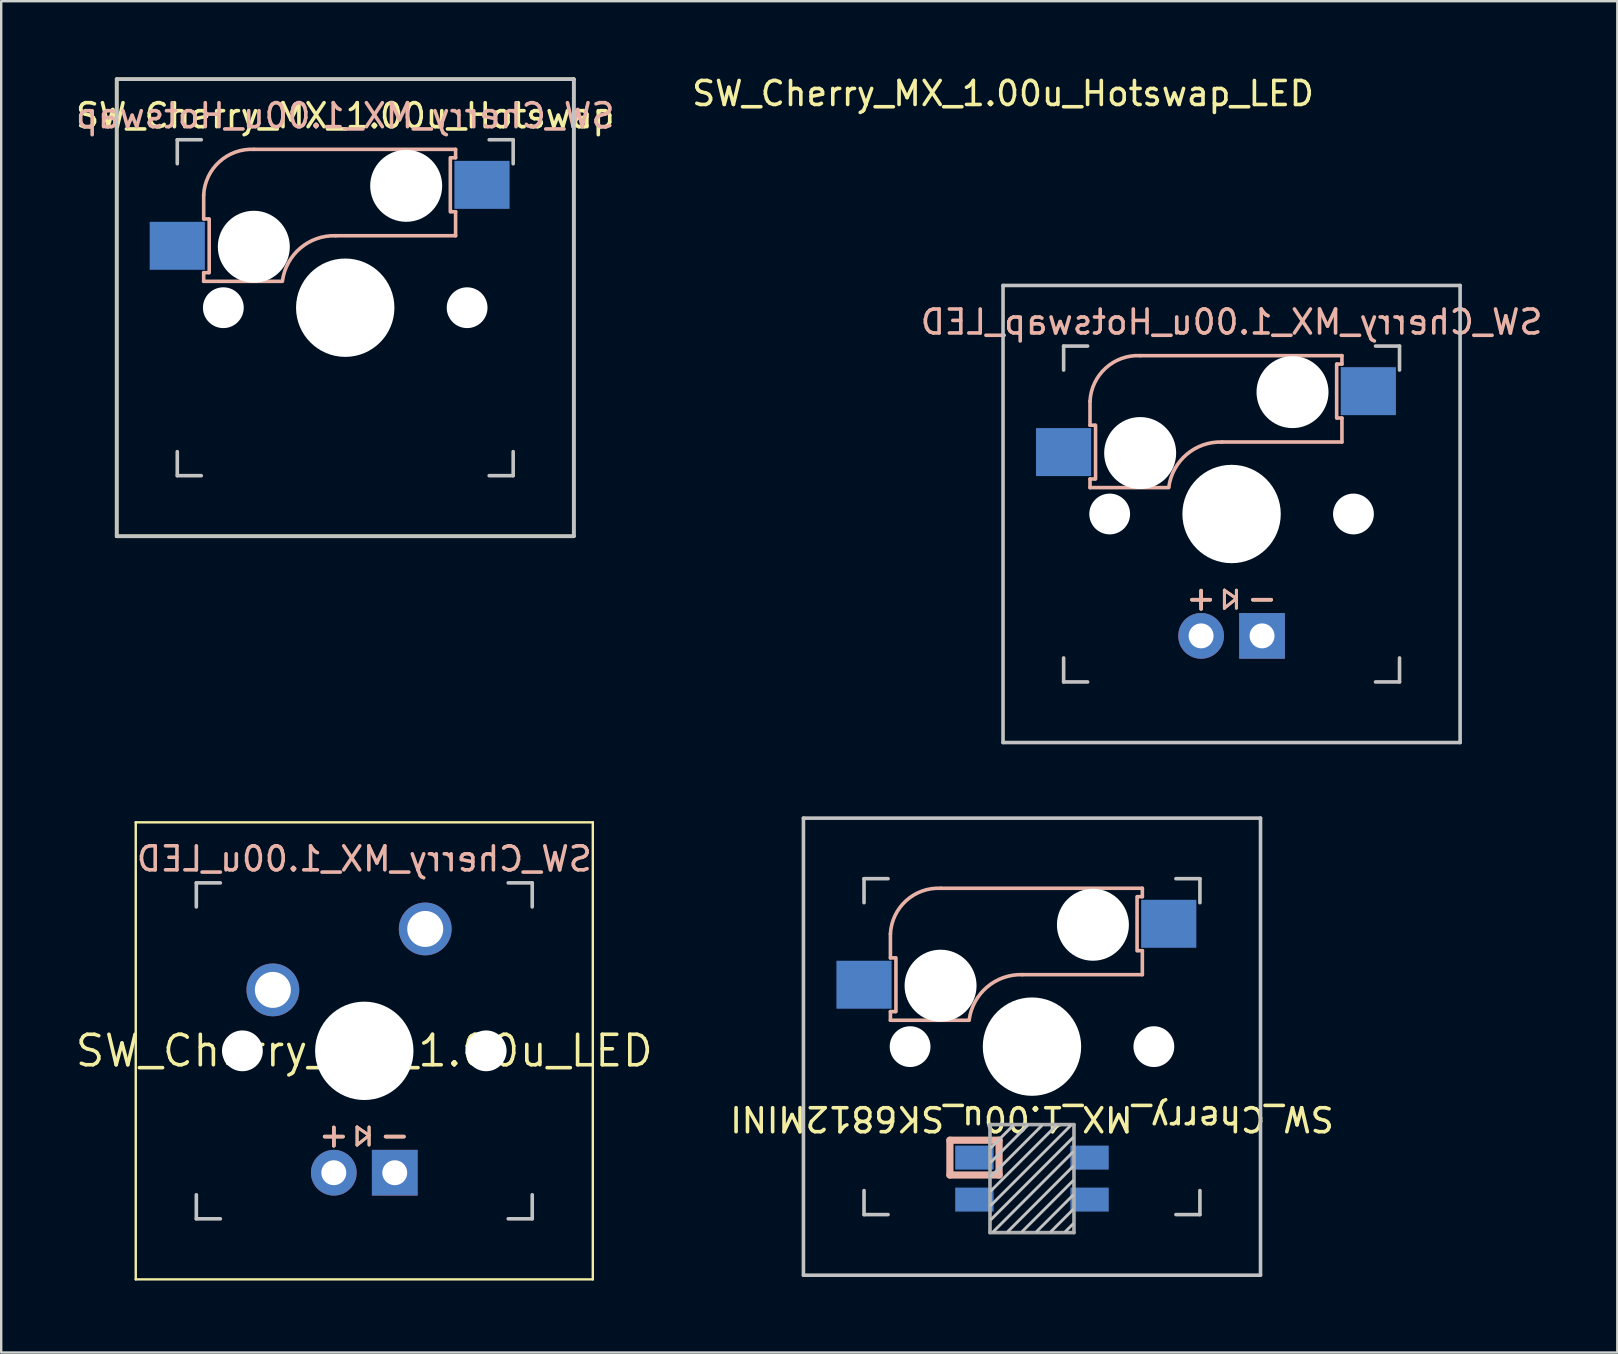
<source format=kicad_pcb>
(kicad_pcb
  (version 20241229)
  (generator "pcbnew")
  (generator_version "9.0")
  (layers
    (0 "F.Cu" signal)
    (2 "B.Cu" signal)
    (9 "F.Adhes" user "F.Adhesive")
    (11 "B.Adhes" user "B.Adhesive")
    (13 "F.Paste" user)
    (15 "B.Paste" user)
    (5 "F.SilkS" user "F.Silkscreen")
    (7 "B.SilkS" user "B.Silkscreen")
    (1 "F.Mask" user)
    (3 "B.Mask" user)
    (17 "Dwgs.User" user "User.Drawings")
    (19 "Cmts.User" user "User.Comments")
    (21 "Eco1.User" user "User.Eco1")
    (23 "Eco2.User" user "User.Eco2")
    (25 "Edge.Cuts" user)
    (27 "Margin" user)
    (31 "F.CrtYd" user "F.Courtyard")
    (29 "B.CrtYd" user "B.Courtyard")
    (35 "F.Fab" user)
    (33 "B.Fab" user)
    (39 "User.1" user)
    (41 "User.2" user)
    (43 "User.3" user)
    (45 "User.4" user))
  (footprint "SW_Cherry_MX_1.00u_LED"
    (layer "F.Cu")
    (at 2.608 31.223)
    (property "Reference" "SW_Cherry_MX_1.00u_LED" (at 9.525 9.525 0) (layer "F.SilkS") (effects (font (size 1.27 1.27) (thickness 0.15))))
    (attr through_hole)
    (fp_line (start 0 0) (end 19.05 0) (stroke (width 0.1) (type solid)) (layer "F.SilkS"))
    (fp_line (start 0 19.05) (end 0 0) (stroke (width 0.1) (type solid)) (layer "F.SilkS"))
    (fp_line (start 9.225 12.7) (end 9.225 13.45) (stroke (width 0.12) (type solid)) (layer "F.SilkS"))
    (fp_line (start 9.225 13.45) (end 9.725 13.05) (stroke (width 0.12) (type solid)) (layer "F.SilkS"))
    (fp_line (start 9.725 12.7) (end 9.725 13.45) (stroke (width 0.12) (type solid)) (layer "F.SilkS"))
    (fp_line (start 9.725 13.05) (end 9.225 12.7) (stroke (width 0.12) (type solid)) (layer "F.SilkS"))
    (fp_line (start 19.05 0) (end 19.05 19.05) (stroke (width 0.1) (type solid)) (layer "F.SilkS"))
    (fp_line (start 19.05 19.05) (end 0 19.05) (stroke (width 0.1) (type solid)) (layer "F.SilkS"))
    (fp_line (start 9.225 12.7) (end 9.225 13.45) (stroke (width 0.12) (type solid)) (layer "B.SilkS"))
    (fp_line (start 9.225 13.45) (end 9.725 13.05) (stroke (width 0.12) (type solid)) (layer "B.SilkS"))
    (fp_line (start 9.725 12.7) (end 9.725 13.45) (stroke (width 0.12) (type solid)) (layer "B.SilkS"))
    (fp_line (start 9.725 13.05) (end 9.225 12.7) (stroke (width 0.12) (type solid)) (layer "B.SilkS"))
    (fp_line (start 2.525 2.525) (end 3.525 2.525) (stroke (width 0.15) (type solid)) (layer "Dwgs.User"))
    (fp_line (start 2.525 3.525) (end 2.525 2.525) (stroke (width 0.15) (type solid)) (layer "Dwgs.User"))
    (fp_line (start 2.525 15.525) (end 2.525 16.525) (stroke (width 0.15) (type solid)) (layer "Dwgs.User"))
    (fp_line (start 2.525 16.525) (end 3.525 16.525) (stroke (width 0.15) (type solid)) (layer "Dwgs.User"))
    (fp_line (start 15.525 16.525) (end 16.525 16.525) (stroke (width 0.15) (type solid)) (layer "Dwgs.User"))
    (fp_line (start 16.525 2.525) (end 15.525 2.525) (stroke (width 0.15) (type solid)) (layer "Dwgs.User"))
    (fp_line (start 16.525 2.525) (end 16.525 3.525) (stroke (width 0.15) (type solid)) (layer "Dwgs.User"))
    (fp_line (start 16.525 16.525) (end 16.525 15.525) (stroke (width 0.15) (type solid)) (layer "Dwgs.User"))
    (fp_line (start 2.476 2.48) (end 16.576 2.48) (stroke (width 0.05) (type solid)) (layer "Eco1.User"))
    (fp_line (start 2.476 16.58) (end 2.476 2.48) (stroke (width 0.05) (type solid)) (layer "Eco1.User"))
    (fp_line (start 16.576 2.48) (end 16.576 16.58) (stroke (width 0.05) (type solid)) (layer "Eco1.User"))
    (fp_line (start 16.576 16.58) (end 2.476 16.58) (stroke (width 0.05) (type solid)) (layer "Eco1.User"))
    (fp_text user "-" (at 10.795 13.025 0) (layer "F.SilkS") (effects (font (size 1 1) (thickness 0.15))))
    (fp_text user "+" (at 8.255 13.025 0) (layer "F.SilkS") (effects (font (size 1 1) (thickness 0.15))))
    (fp_text user "${REFERENCE}" (at 9.525 1.525 0) (layer "B.SilkS") (effects (font (size 1 1) (thickness 0.15)) (justify mirror)))
    (fp_text user "-" (at 10.795 13.025 0) (layer "B.SilkS") (effects (font (size 1 1) (thickness 0.15))))
    (fp_text user "+" (at 8.255 13.025 0) (layer "B.SilkS") (effects (font (size 1 1) (thickness 0.15))))
    (pad "" np_thru_hole circle (at 4.445 9.525) (size 1.7 1.7) (drill 1.7) (layers "*.Cu" "*.Mask"))
    (pad "" np_thru_hole circle (at 9.525 9.525 90) (size 4.1 4.1) (drill 4.1) (layers "*.Cu" "*.Mask"))
    (pad "" np_thru_hole circle (at 14.605 9.525) (size 1.7 1.7) (drill 1.7) (layers "*.Cu" "*.Mask"))
    (pad "1" thru_hole circle (at 5.715 6.985 180) (size 2.2 2.2) (drill 1.5) (layers "*.Cu" "*.Mask"))
    (pad "2" thru_hole circle (at 12.065 4.445 180) (size 2.2 2.2) (drill 1.5) (layers "*.Cu" "*.Mask"))
    (pad "3" thru_hole circle (at 8.255 14.605) (size 1.905 1.905) (drill 1.04) (layers "*.Cu" "*.Mask"))
    (pad "4" thru_hole rect (at 10.795 14.605) (size 1.905 1.905) (drill 1.04) (layers "*.Cu" "*.Mask")))
  (footprint "SW_Cherry_MX_1.00u_Hotswap"
    (layer "F.Cu")
    (at 1.814 0.25)
    (property "Reference" "SW_Cherry_MX_1.00u_Hotswap" (at 9.525 1.525 0) (unlocked yes) (layer "F.SilkS") (effects (font (size 1 1) (thickness 0.15))))
    (attr smd)
    (fp_line (start 0 0) (end 19.05 0) (stroke (width 0.15) (type solid)) (layer "F.SilkS"))
    (fp_line (start 0 19.05) (end 0 0) (stroke (width 0.15) (type solid)) (layer "F.SilkS"))
    (fp_line (start 19.05 0) (end 19.05 19.05) (stroke (width 0.15) (type solid)) (layer "F.SilkS"))
    (fp_line (start 19.05 19.05) (end 0 19.05) (stroke (width 0.15) (type solid)) (layer "F.SilkS"))
    (fp_line (start 3.625 4.825) (end 3.625 5.825) (stroke (width 0.15) (type solid)) (layer "B.SilkS"))
    (fp_line (start 3.625 5.825) (end 3.825 5.825) (stroke (width 0.15) (type solid)) (layer "B.SilkS"))
    (fp_line (start 3.625 8.425) (end 3.625 8.065) (stroke (width 0.15) (type solid)) (layer "B.SilkS"))
    (fp_line (start 3.625 8.425) (end 6.905 8.425) (stroke (width 0.15) (type solid)) (layer "B.SilkS"))
    (fp_line (start 3.825 8.065) (end 3.625 8.065) (stroke (width 0.15) (type solid)) (layer "B.SilkS"))
    (fp_line (start 3.855 5.825) (end 3.855 8.065) (stroke (width 0.15) (type solid)) (layer "B.SilkS"))
    (fp_line (start 9.125 6.525) (end 14.125 6.525) (stroke (width 0.15) (type solid)) (layer "B.SilkS"))
    (fp_line (start 13.905 5.525) (end 13.905 3.275) (stroke (width 0.15) (type solid)) (layer "B.SilkS"))
    (fp_line (start 13.925 3.275) (end 14.125 3.275) (stroke (width 0.15) (type solid)) (layer "B.SilkS"))
    (fp_line (start 14.125 2.925) (end 5.725 2.925) (stroke (width 0.15) (type solid)) (layer "B.SilkS"))
    (fp_line (start 14.125 3.275) (end 14.125 2.925) (stroke (width 0.15) (type solid)) (layer "B.SilkS"))
    (fp_line (start 14.125 5.525) (end 13.925 5.525) (stroke (width 0.15) (type solid)) (layer "B.SilkS"))
    (fp_line (start 14.125 6.525) (end 14.125 5.525) (stroke (width 0.15) (type solid)) (layer "B.SilkS"))
    (fp_arc (start 3.625 4.825001) (mid 4.281496 3.440076) (end 5.724999 2.925) (stroke (width 0.15) (type solid)) (layer "B.SilkS"))
    (fp_arc (start 6.908682 8.403529) (mid 7.656291 7.038882) (end 9.125 6.525) (stroke (width 0.15) (type solid)) (layer "B.SilkS"))
    (fp_line (start 0 0) (end 19.05 0) (stroke (width 0.15) (type solid)) (layer "Dwgs.User"))
    (fp_line (start 0 19.05) (end 0 0) (stroke (width 0.15) (type solid)) (layer "Dwgs.User"))
    (fp_line (start 2.525 2.525) (end 3.525 2.525) (stroke (width 0.15) (type solid)) (layer "Dwgs.User"))
    (fp_line (start 2.525 3.525) (end 2.525 2.525) (stroke (width 0.15) (type solid)) (layer "Dwgs.User"))
    (fp_line (start 2.525 15.525) (end 2.525 16.525) (stroke (width 0.15) (type solid)) (layer "Dwgs.User"))
    (fp_line (start 2.525 16.525) (end 3.525 16.525) (stroke (width 0.15) (type solid)) (layer "Dwgs.User"))
    (fp_line (start 15.525 16.525) (end 16.525 16.525) (stroke (width 0.15) (type solid)) (layer "Dwgs.User"))
    (fp_line (start 16.525 2.525) (end 15.525 2.525) (stroke (width 0.15) (type solid)) (layer "Dwgs.User"))
    (fp_line (start 16.525 2.525) (end 16.525 3.525) (stroke (width 0.15) (type solid)) (layer "Dwgs.User"))
    (fp_line (start 16.525 16.525) (end 16.525 15.525) (stroke (width 0.15) (type solid)) (layer "Dwgs.User"))
    (fp_line (start 19.05 0) (end 19.05 19.05) (stroke (width 0.15) (type solid)) (layer "Dwgs.User"))
    (fp_line (start 19.05 19.05) (end 0 19.05) (stroke (width 0.15) (type solid)) (layer "Dwgs.User"))
    (fp_line (start 2.47 2.47) (end 16.57 2.47) (stroke (width 0.05) (type solid)) (layer "Eco1.User"))
    (fp_line (start 2.47 16.57) (end 2.47 2.47) (stroke (width 0.05) (type solid)) (layer "Eco1.User"))
    (fp_line (start 16.57 2.47) (end 16.57 16.57) (stroke (width 0.05) (type solid)) (layer "Eco1.User"))
    (fp_line (start 16.57 16.57) (end 2.47 16.57) (stroke (width 0.05) (type solid)) (layer "Eco1.User"))
    (fp_text user "${REFERENCE}" (at 9.525 1.525 0) (layer "B.SilkS") (effects (font (size 1 1) (thickness 0.15)) (justify mirror)))
    (pad "" np_thru_hole circle (at 4.445 9.525) (size 1.7 1.7) (drill 1.7) (layers "*.Cu" "*.Mask"))
    (pad "" np_thru_hole circle (at 5.715 6.985 180) (size 3 3) (drill 3) (layers "*.Cu" "*.Mask"))
    (pad "" np_thru_hole circle (at 9.525 9.525 90) (size 4.1 4.1) (drill 4.1) (layers "*.Cu" "*.Mask"))
    (pad "" np_thru_hole circle (at 12.065 4.445 180) (size 3 3) (drill 3) (layers "*.Cu" "*.Mask"))
    (pad "" np_thru_hole circle (at 14.605 9.525) (size 1.7 1.7) (drill 1.7) (layers "*.Cu" "*.Mask"))
    (pad "1" smd rect (at 2.525 6.945 180) (size 2.3 2) (layers "B.Cu" "B.Mask" "B.Paste"))
    (pad "2" smd rect (at 15.225 4.405 180) (size 2.3 2) (layers "B.Cu" "B.Mask" "B.Paste")))
  (footprint "SW_Cherry_MX_1.00u_Hotswap_LED"
    (layer "F.Cu")
    (at 38.756 8.848)
    (property "Reference" "SW_Cherry_MX_1.00u_Hotswap_LED" (at 0 -8 0) (unlocked yes) (layer "F.SilkS") (effects (font (size 1 1) (thickness 0.15))))
    (attr through_hole)
    (fp_line (start 9.225 12.7) (end 9.225 13.45) (stroke (width 0.12) (type solid)) (layer "F.SilkS"))
    (fp_line (start 9.225 13.45) (end 9.725 13.05) (stroke (width 0.12) (type solid)) (layer "F.SilkS"))
    (fp_line (start 9.725 12.7) (end 9.725 13.45) (stroke (width 0.12) (type solid)) (layer "F.SilkS"))
    (fp_line (start 9.725 13.05) (end 9.225 12.7) (stroke (width 0.12) (type solid)) (layer "F.SilkS"))
    (fp_line (start 3.625 4.825) (end 3.625 5.825) (stroke (width 0.15) (type solid)) (layer "B.SilkS"))
    (fp_line (start 3.625 5.825) (end 3.825 5.825) (stroke (width 0.15) (type solid)) (layer "B.SilkS"))
    (fp_line (start 3.625 8.425) (end 3.625 8.065) (stroke (width 0.15) (type solid)) (layer "B.SilkS"))
    (fp_line (start 3.625 8.425) (end 6.905 8.425) (stroke (width 0.15) (type solid)) (layer "B.SilkS"))
    (fp_line (start 3.825 8.065) (end 3.625 8.065) (stroke (width 0.15) (type solid)) (layer "B.SilkS"))
    (fp_line (start 3.855 5.825) (end 3.855 8.065) (stroke (width 0.15) (type solid)) (layer "B.SilkS"))
    (fp_line (start 9.125 6.525) (end 14.125 6.525) (stroke (width 0.15) (type solid)) (layer "B.SilkS"))
    (fp_line (start 9.225 12.7) (end 9.225 13.45) (stroke (width 0.12) (type solid)) (layer "B.SilkS"))
    (fp_line (start 9.225 13.45) (end 9.725 13.05) (stroke (width 0.12) (type solid)) (layer "B.SilkS"))
    (fp_line (start 9.725 12.7) (end 9.725 13.45) (stroke (width 0.12) (type solid)) (layer "B.SilkS"))
    (fp_line (start 9.725 13.05) (end 9.225 12.7) (stroke (width 0.12) (type solid)) (layer "B.SilkS"))
    (fp_line (start 13.905 5.525) (end 13.905 3.275) (stroke (width 0.15) (type solid)) (layer "B.SilkS"))
    (fp_line (start 13.925 3.275) (end 14.125 3.275) (stroke (width 0.15) (type solid)) (layer "B.SilkS"))
    (fp_line (start 14.125 2.925) (end 5.725 2.925) (stroke (width 0.15) (type solid)) (layer "B.SilkS"))
    (fp_line (start 14.125 3.275) (end 14.125 2.925) (stroke (width 0.15) (type solid)) (layer "B.SilkS"))
    (fp_line (start 14.125 5.525) (end 13.925 5.525) (stroke (width 0.15) (type solid)) (layer "B.SilkS"))
    (fp_line (start 14.125 6.525) (end 14.125 5.525) (stroke (width 0.15) (type solid)) (layer "B.SilkS"))
    (fp_arc (start 3.625 4.825001) (mid 4.281496 3.440076) (end 5.724999 2.925) (stroke (width 0.15) (type solid)) (layer "B.SilkS"))
    (fp_arc (start 6.908682 8.403529) (mid 7.656291 7.038882) (end 9.125 6.525) (stroke (width 0.15) (type solid)) (layer "B.SilkS"))
    (fp_line (start 0 0) (end 19.05 0) (stroke (width 0.15) (type solid)) (layer "Dwgs.User"))
    (fp_line (start 0 19.05) (end 0 0) (stroke (width 0.15) (type solid)) (layer "Dwgs.User"))
    (fp_line (start 2.525 2.525) (end 3.525 2.525) (stroke (width 0.15) (type solid)) (layer "Dwgs.User"))
    (fp_line (start 2.525 3.525) (end 2.525 2.525) (stroke (width 0.15) (type solid)) (layer "Dwgs.User"))
    (fp_line (start 2.525 15.525) (end 2.525 16.525) (stroke (width 0.15) (type solid)) (layer "Dwgs.User"))
    (fp_line (start 2.525 16.525) (end 3.525 16.525) (stroke (width 0.15) (type solid)) (layer "Dwgs.User"))
    (fp_line (start 15.525 16.525) (end 16.525 16.525) (stroke (width 0.15) (type solid)) (layer "Dwgs.User"))
    (fp_line (start 16.525 2.525) (end 15.525 2.525) (stroke (width 0.15) (type solid)) (layer "Dwgs.User"))
    (fp_line (start 16.525 2.525) (end 16.525 3.525) (stroke (width 0.15) (type solid)) (layer "Dwgs.User"))
    (fp_line (start 16.525 16.525) (end 16.525 15.525) (stroke (width 0.15) (type solid)) (layer "Dwgs.User"))
    (fp_line (start 19.05 0) (end 19.05 19.05) (stroke (width 0.15) (type solid)) (layer "Dwgs.User"))
    (fp_line (start 19.05 19.05) (end 0 19.05) (stroke (width 0.15) (type solid)) (layer "Dwgs.User"))
    (fp_line (start 2.475 2.475) (end 16.575 2.475) (stroke (width 0.05) (type solid)) (layer "Eco1.User"))
    (fp_line (start 2.475 16.575) (end 2.475 2.475) (stroke (width 0.05) (type solid)) (layer "Eco1.User"))
    (fp_line (start 16.575 2.475) (end 16.575 16.575) (stroke (width 0.05) (type solid)) (layer "Eco1.User"))
    (fp_line (start 16.575 16.575) (end 2.475 16.575) (stroke (width 0.05) (type solid)) (layer "Eco1.User"))
    (fp_text user "-" (at 10.795 13.025 0) (layer "F.SilkS") (effects (font (size 1 1) (thickness 0.15))))
    (fp_text user "+" (at 8.255 13.025 0) (layer "F.SilkS") (effects (font (size 1 1) (thickness 0.15))))
    (fp_text user "-" (at 10.795 13.025 0) (layer "B.SilkS") (effects (font (size 1 1) (thickness 0.15))))
    (fp_text user "${REFERENCE}" (at 9.525 1.525 0) (layer "B.SilkS") (effects (font (size 1 1) (thickness 0.15)) (justify mirror)))
    (fp_text user "+" (at 8.255 13.025 0) (layer "B.SilkS") (effects (font (size 1 1) (thickness 0.15))))
    (pad "" np_thru_hole circle (at 4.445 9.525) (size 1.7 1.7) (drill 1.7) (layers "*.Cu" "*.Mask"))
    (pad "" np_thru_hole circle (at 5.715 6.985 180) (size 3 3) (drill 3) (layers "*.Cu" "*.Mask"))
    (pad "" np_thru_hole circle (at 9.525 9.525 90) (size 4.1 4.1) (drill 4.1) (layers "*.Cu" "*.Mask"))
    (pad "" np_thru_hole circle (at 12.065 4.445 180) (size 3 3) (drill 3) (layers "*.Cu" "*.Mask"))
    (pad "" np_thru_hole circle (at 14.605 9.525) (size 1.7 1.7) (drill 1.7) (layers "*.Cu" "*.Mask"))
    (pad "1" smd rect (at 2.525 6.945 180) (size 2.3 2) (layers "B.Cu" "B.Mask" "B.Paste"))
    (pad "2" smd rect (at 15.225 4.405 180) (size 2.3 2) (layers "B.Cu" "B.Mask" "B.Paste"))
    (pad "3" thru_hole circle (at 8.255 14.605) (size 1.905 1.905) (drill 1.04) (layers "*.Cu" "*.Mask"))
    (pad "4" thru_hole rect (at 10.795 14.605) (size 1.905 1.905) (drill 1.04) (layers "*.Cu" "*.Mask")))
  (footprint "SW_Cherry_MX_1.00u_SK6812MINI"
    (layer "F.Cu")
    (at 39.962 40.573)
    (property "Reference" "SW_Cherry_MX_1.00u_SK6812MINI" (at 0 3 180) (unlocked yes) (layer "F.SilkS") (effects (font (size 1 1) (thickness 0.15))))
    (attr through_hole)
    (fp_line (start -5.9 -4.7) (end -5.9 -3.7) (stroke (width 0.15) (type solid)) (layer "B.SilkS"))
    (fp_line (start -5.9 -3.7) (end -5.7 -3.7) (stroke (width 0.15) (type solid)) (layer "B.SilkS"))
    (fp_line (start -5.9 -1.1) (end -5.9 -1.46) (stroke (width 0.15) (type solid)) (layer "B.SilkS"))
    (fp_line (start -5.9 -1.1) (end -2.62 -1.1) (stroke (width 0.15) (type solid)) (layer "B.SilkS"))
    (fp_line (start -5.7 -1.46) (end -5.9 -1.46) (stroke (width 0.15) (type solid)) (layer "B.SilkS"))
    (fp_line (start -5.67 -3.7) (end -5.67 -1.46) (stroke (width 0.15) (type solid)) (layer "B.SilkS"))
    (fp_line (start -3.421 3.9) (end -1.371 3.9) (stroke (width 0.3) (type solid)) (layer "B.SilkS"))
    (fp_line (start -3.421 5.35) (end -3.421 3.9) (stroke (width 0.3) (type solid)) (layer "B.SilkS"))
    (fp_line (start -1.371 3.9) (end -1.371 5.35) (stroke (width 0.3) (type solid)) (layer "B.SilkS"))
    (fp_line (start -1.371 5.35) (end -3.421 5.35) (stroke (width 0.3) (type solid)) (layer "B.SilkS"))
    (fp_line (start -0.4 -3) (end 4.6 -3) (stroke (width 0.15) (type solid)) (layer "B.SilkS"))
    (fp_line (start 4.38 -4) (end 4.38 -6.25) (stroke (width 0.15) (type solid)) (layer "B.SilkS"))
    (fp_line (start 4.4 -6.25) (end 4.6 -6.25) (stroke (width 0.15) (type solid)) (layer "B.SilkS"))
    (fp_line (start 4.6 -6.6) (end -3.8 -6.6) (stroke (width 0.15) (type solid)) (layer "B.SilkS"))
    (fp_line (start 4.6 -6.25) (end 4.6 -6.6) (stroke (width 0.15) (type solid)) (layer "B.SilkS"))
    (fp_line (start 4.6 -4) (end 4.4 -4) (stroke (width 0.15) (type solid)) (layer "B.SilkS"))
    (fp_line (start 4.6 -3) (end 4.6 -4) (stroke (width 0.15) (type solid)) (layer "B.SilkS"))
    (fp_arc (start -5.9 -4.699999) (mid -5.243504 -6.084924) (end -3.800001 -6.6) (stroke (width 0.15) (type solid)) (layer "B.SilkS"))
    (fp_arc (start -2.616318 -1.121471) (mid -1.868709 -2.486118) (end -0.4 -3) (stroke (width 0.15) (type solid)) (layer "B.SilkS"))
    (fp_line (start -9.525 -9.525) (end 9.525 -9.525) (stroke (width 0.15) (type solid)) (layer "Dwgs.User"))
    (fp_line (start -9.525 9.525) (end -9.525 -9.525) (stroke (width 0.15) (type solid)) (layer "Dwgs.User"))
    (fp_line (start -7 -7) (end -6 -7) (stroke (width 0.15) (type solid)) (layer "Dwgs.User"))
    (fp_line (start -7 -6) (end -7 -7) (stroke (width 0.15) (type solid)) (layer "Dwgs.User"))
    (fp_line (start -7 6) (end -7 7) (stroke (width 0.15) (type solid)) (layer "Dwgs.User"))
    (fp_line (start -7 7) (end -6 7) (stroke (width 0.15) (type solid)) (layer "Dwgs.User"))
    (fp_line (start -0.8 3.3) (end -1.7 4.2) (stroke (width 0.12) (type solid)) (layer "Dwgs.User"))
    (fp_line (start -0.2 3.3) (end -1.7 4.8) (stroke (width 0.12) (type solid)) (layer "Dwgs.User"))
    (fp_line (start 0.4 3.3) (end -1.7 5.4) (stroke (width 0.12) (type solid)) (layer "Dwgs.User"))
    (fp_line (start 1 3.3) (end -1.7 6) (stroke (width 0.12) (type solid)) (layer "Dwgs.User"))
    (fp_line (start 1.6 3.3) (end -1.7 6.6) (stroke (width 0.12) (type solid)) (layer "Dwgs.User"))
    (fp_line (start 1.7 3.8) (end -1.7 7.2) (stroke (width 0.12) (type solid)) (layer "Dwgs.User"))
    (fp_line (start 1.7 4.4) (end -1.6 7.7) (stroke (width 0.12) (type solid)) (layer "Dwgs.User"))
    (fp_line (start 1.7 5) (end -1 7.7) (stroke (width 0.12) (type solid)) (layer "Dwgs.User"))
    (fp_line (start 1.7 5.6) (end -0.4 7.7) (stroke (width 0.12) (type solid)) (layer "Dwgs.User"))
    (fp_line (start 1.7 6.2) (end 0.2 7.7) (stroke (width 0.12) (type solid)) (layer "Dwgs.User"))
    (fp_line (start 1.7 6.8) (end 0.8 7.7) (stroke (width 0.12) (type solid)) (layer "Dwgs.User"))
    (fp_line (start 1.7 7.4) (end 1.4 7.7) (stroke (width 0.12) (type solid)) (layer "Dwgs.User"))
    (fp_line (start 6 7) (end 7 7) (stroke (width 0.15) (type solid)) (layer "Dwgs.User"))
    (fp_line (start 7 -7) (end 6 -7) (stroke (width 0.15) (type solid)) (layer "Dwgs.User"))
    (fp_line (start 7 -7) (end 7 -6) (stroke (width 0.15) (type solid)) (layer "Dwgs.User"))
    (fp_line (start 7 7) (end 7 6) (stroke (width 0.15) (type solid)) (layer "Dwgs.User"))
    (fp_line (start 9.525 -9.525) (end 9.525 9.525) (stroke (width 0.15) (type solid)) (layer "Dwgs.User"))
    (fp_line (start 9.525 9.525) (end -9.525 9.525) (stroke (width 0.15) (type solid)) (layer "Dwgs.User"))
    (fp_line (start -1.75 3.25) (end -1.75 7.75) (stroke (width 0.15) (type solid)) (layer "F.Fab"))
    (fp_line (start -1.75 3.25) (end 1.75 3.25) (stroke (width 0.15) (type solid)) (layer "F.Fab"))
    (fp_line (start 1.75 3.25) (end 1.75 7.75) (stroke (width 0.15) (type solid)) (layer "F.Fab"))
    (fp_line (start 1.75 7.75) (end -1.75 7.75) (stroke (width 0.15) (type solid)) (layer "F.Fab"))
    (pad "" np_thru_hole circle (at -5.08 0) (size 1.7 1.7) (drill 1.7) (layers "*.Cu" "*.Mask"))
    (pad "" np_thru_hole circle (at -3.81 -2.54 180) (size 3 3) (drill 3) (layers "*.Cu" "*.Mask"))
    (pad "" np_thru_hole circle (at 0 0 90) (size 4.1 4.1) (drill 4.1) (layers "*.Cu" "*.Mask"))
    (pad "" np_thru_hole circle (at 2.54 -5.08 180) (size 3 3) (drill 3) (layers "*.Cu" "*.Mask"))
    (pad "" np_thru_hole circle (at 5.08 0) (size 1.7 1.7) (drill 1.7) (layers "*.Cu" "*.Mask"))
    (pad "1" smd rect (at -2.4 4.625) (size 1.6 1) (layers "B.Cu" "B.Mask" "B.Paste"))
    (pad "2" smd rect (at -2.4 6.375) (size 1.6 1) (layers "B.Cu" "B.Mask" "B.Paste"))
    (pad "3" smd rect (at 2.4 6.375) (size 1.6 1) (layers "B.Cu" "B.Mask" "B.Paste"))
    (pad "4" smd rect (at 2.4 4.625) (size 1.6 1) (layers "B.Cu" "B.Mask" "B.Paste"))
    (pad "5" smd rect (at -7 -2.58 180) (size 2.3 2) (layers "B.Cu" "B.Mask" "B.Paste"))
    (pad "6" smd rect (at 5.7 -5.12 180) (size 2.3 2) (layers "B.Cu" "B.Mask" "B.Paste")))
  (gr_rect
    (start -3 -3)
    (end 64.358 53.323)
    (stroke (width 0.1) (type default))
    (fill no)
    (layer "Edge.Cuts")))
</source>
